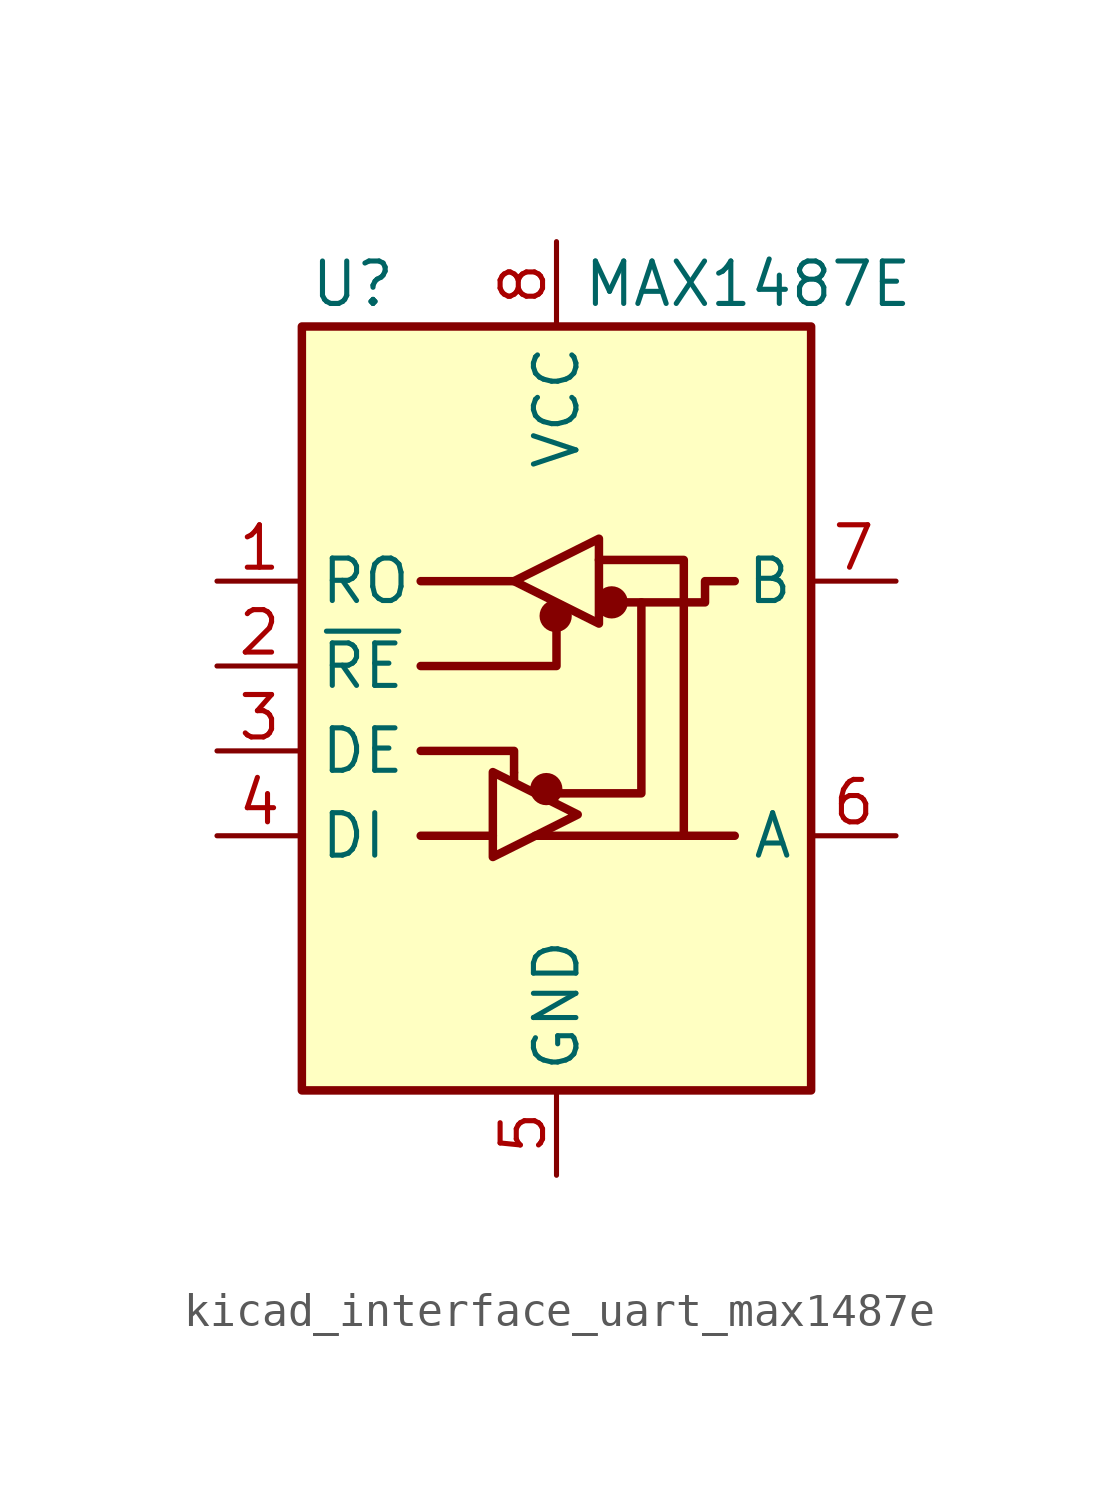
<source format=kicad_sym>
(kicad_symbol_lib
  (version 20220914)
  (generator kicad_symbol_editor)
  (symbol "kicad_interface_uart_max1487e"
    (property "Reference" "U"
      (at -6.096 11.43 0)
      (effects (font (size 1.27 1.27))))
    (property "Value" "MAX1487E"
      (at 0.762 11.43 0)
      (effects (font (size 1.27 1.27)) (justify left)))
    (symbol "kicad_interface_uart_max1487e_0_1"
      (rectangle (start -7.62 10.16) (end 7.62 -12.7) (stroke (width 0.254) (type default)) (fill (type background)))
      (circle (center -0.305 -3.683) (radius 0.356) (stroke (width 0.254) (type default)) (fill (type outline)))
      (circle (center -0.025 1.499) (radius 0.356) (stroke (width 0.254) (type default)) (fill (type outline)))
      (polyline (pts (xy -4.064 -5.08) (xy -1.905 -5.08)) (stroke (width 0.254) (type default)) (fill (type none)))
      (polyline (pts (xy -4.064 2.54) (xy -1.27 2.54)) (stroke (width 0.254) (type default)) (fill (type none)))
      (polyline (pts (xy -1.27 -3.2) (xy -1.27 -3.454)) (stroke (width 0.254) (type default)) (fill (type none)))
      (polyline (pts (xy -0.635 -5.08) (xy 5.334 -5.08)) (stroke (width 0.254) (type default)) (fill (type none)))
      (polyline (pts (xy -4.064 -2.54) (xy -1.27 -2.54) (xy -1.27 -3.175)) (stroke (width 0.254) (type default)) (fill (type none)))
      (polyline (pts (xy 0 1.27) (xy 0 0) (xy -4.064 0)) (stroke (width 0.254) (type default)) (fill (type none)))
      (polyline (pts (xy 1.27 3.175) (xy 3.81 3.175) (xy 3.81 -5.08)) (stroke (width 0.254) (type default)) (fill (type none)))
      (polyline (pts (xy 2.54 1.905) (xy 2.54 -3.81) (xy 0 -3.81)) (stroke (width 0.254) (type default)) (fill (type none)))
      (polyline (pts (xy -1.905 -3.175) (xy -1.905 -5.715) (xy 0.635 -4.445) (xy -1.905 -3.175)) (stroke (width 0.254) (type default)) (fill (type none)))
      (polyline (pts (xy -1.27 2.54) (xy 1.27 3.81) (xy 1.27 1.27) (xy -1.27 2.54)) (stroke (width 0.254) (type default)) (fill (type none)))
      (polyline (pts (xy 1.905 1.905) (xy 4.445 1.905) (xy 4.445 2.54) (xy 5.334 2.54)) (stroke (width 0.254) (type default)) (fill (type none)))
      (rectangle (start 1.27 3.175) (end 1.27 3.175) (stroke (width 0) (type default)) (fill (type none)))
      (circle (center 1.651 1.905) (radius 0.356) (stroke (width 0.254) (type default)) (fill (type outline))))
    (symbol "kicad_interface_uart_max1487e_1_1"
      (pin output line (at -10.16 2.54 0) (length 2.54) (name "RO" (effects (font (size 1.27 1.27)))) (number "1" (effects (font (size 1.27 1.27)))))
      (pin input line (at -10.16 0 0) (length 2.54) (name "~{RE}" (effects (font (size 1.27 1.27)))) (number "2" (effects (font (size 1.27 1.27)))))
      (pin input line (at -10.16 -2.54 0) (length 2.54) (name "DE" (effects (font (size 1.27 1.27)))) (number "3" (effects (font (size 1.27 1.27)))))
      (pin input line (at -10.16 -5.08 0) (length 2.54) (name "DI" (effects (font (size 1.27 1.27)))) (number "4" (effects (font (size 1.27 1.27)))))
      (pin power_in line (at 0 -15.24 90) (length 2.54) (name "GND" (effects (font (size 1.27 1.27)))) (number "5" (effects (font (size 1.27 1.27)))))
      (pin bidirectional line (at 10.16 -5.08 180) (length 2.54) (name "A" (effects (font (size 1.27 1.27)))) (number "6" (effects (font (size 1.27 1.27)))))
      (pin bidirectional line (at 10.16 2.54 180) (length 2.54) (name "B" (effects (font (size 1.27 1.27)))) (number "7" (effects (font (size 1.27 1.27)))))
      (pin power_in line (at 0 12.7 270) (length 2.54) (name "VCC" (effects (font (size 1.27 1.27)))) (number "8" (effects (font (size 1.27 1.27))))))))
</source>
